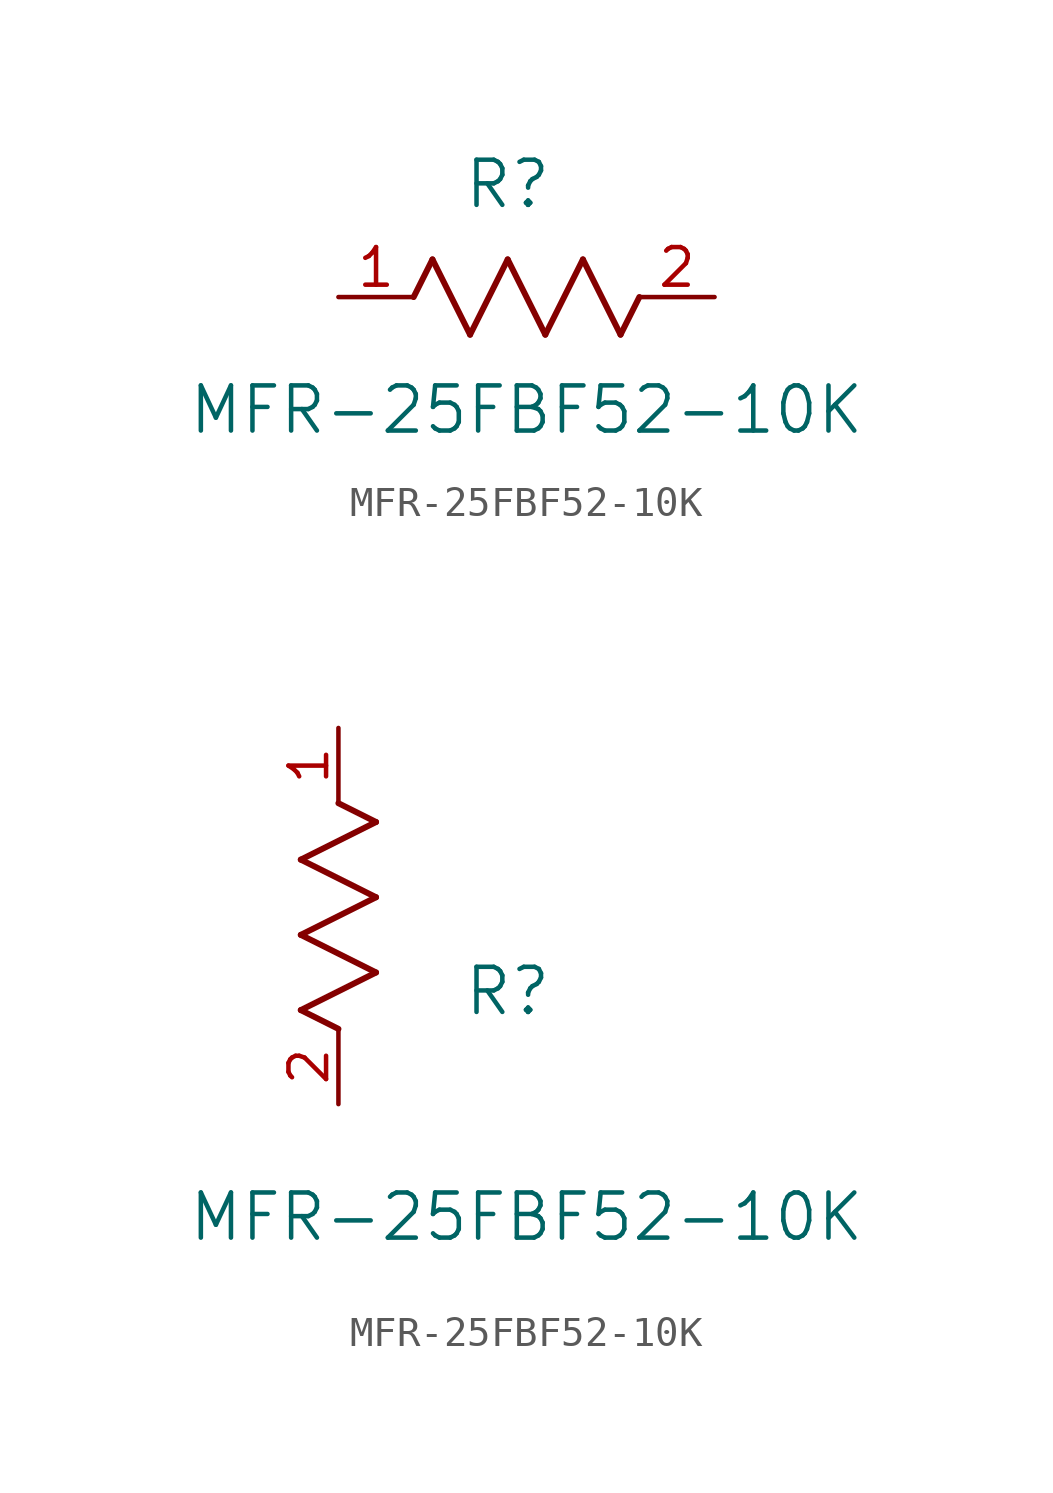
<source format=kicad_sym>
(kicad_symbol_lib
  (version 20211014)
  (generator kicad_symbol_editor)
  (symbol "MFR-25FBF52-10K"
    (pin_names
      (offset 0.254))
    (property "Reference" "R"
      (at 5.715 3.81 0)
      (effects (font (size 1.524 1.524))))
    (property "Value" "MFR-25FBF52-10K"
      (at 6.35 -3.81 0)
      (effects (font (size 1.524 1.524))))
    (symbol "MFR-25FBF52-10K_1_1"
      (polyline (pts (xy 3.175 1.27) (xy 4.445 -1.27)) (stroke (width 0.203) (type default) (color 0 0 0 0)) (fill (type none)))
      (polyline (pts (xy 4.445 -1.27) (xy 5.715 1.27)) (stroke (width 0.203) (type default) (color 0 0 0 0)) (fill (type none)))
      (polyline (pts (xy 5.715 1.27) (xy 6.985 -1.27)) (stroke (width 0.203) (type default) (color 0 0 0 0)) (fill (type none)))
      (polyline (pts (xy 6.985 -1.27) (xy 8.255 1.27)) (stroke (width 0.203) (type default) (color 0 0 0 0)) (fill (type none)))
      (polyline (pts (xy 8.255 1.27) (xy 9.525 -1.27)) (stroke (width 0.203) (type default) (color 0 0 0 0)) (fill (type none)))
      (polyline (pts (xy 2.54 0) (xy 3.175 1.27)) (stroke (width 0.203) (type default) (color 0 0 0 0)) (fill (type none)))
      (polyline (pts (xy 9.525 -1.27) (xy 10.16 0)) (stroke (width 0.203) (type default) (color 0 0 0 0)) (fill (type none)))
      (pin unspecified line (at 0 0 0) (length 2.54) (name "" (effects (font (size 1.27 1.27)))) (number "1" (effects (font (size 1.27 1.27)))))
      (pin unspecified line (at 12.7 0 180) (length 2.54) (name "" (effects (font (size 1.27 1.27)))) (number "2" (effects (font (size 1.27 1.27))))))
    (symbol "MFR-25FBF52-10K_1_2"
      (polyline (pts (xy 0 2.54) (xy -1.27 3.175)) (stroke (width 0.203) (type default) (color 0 0 0 0)) (fill (type none)))
      (polyline (pts (xy -1.27 3.175) (xy 1.27 4.445)) (stroke (width 0.203) (type default) (color 0 0 0 0)) (fill (type none)))
      (polyline (pts (xy 1.27 4.445) (xy -1.27 5.715)) (stroke (width 0.203) (type default) (color 0 0 0 0)) (fill (type none)))
      (polyline (pts (xy -1.27 5.715) (xy 1.27 6.985)) (stroke (width 0.203) (type default) (color 0 0 0 0)) (fill (type none)))
      (polyline (pts (xy -1.27 8.255) (xy 1.27 9.525)) (stroke (width 0.203) (type default) (color 0 0 0 0)) (fill (type none)))
      (polyline (pts (xy 1.27 9.525) (xy 0 10.16)) (stroke (width 0.203) (type default) (color 0 0 0 0)) (fill (type none)))
      (polyline (pts (xy 1.27 6.985) (xy -1.27 8.255)) (stroke (width 0.203) (type default) (color 0 0 0 0)) (fill (type none)))
      (pin unspecified line (at 0 12.7 270) (length 2.54) (name "" (effects (font (size 1.27 1.27)))) (number "1" (effects (font (size 1.27 1.27)))))
      (pin unspecified line (at 0 0 90) (length 2.54) (name "" (effects (font (size 1.27 1.27)))) (number "2" (effects (font (size 1.27 1.27))))))))
</source>
